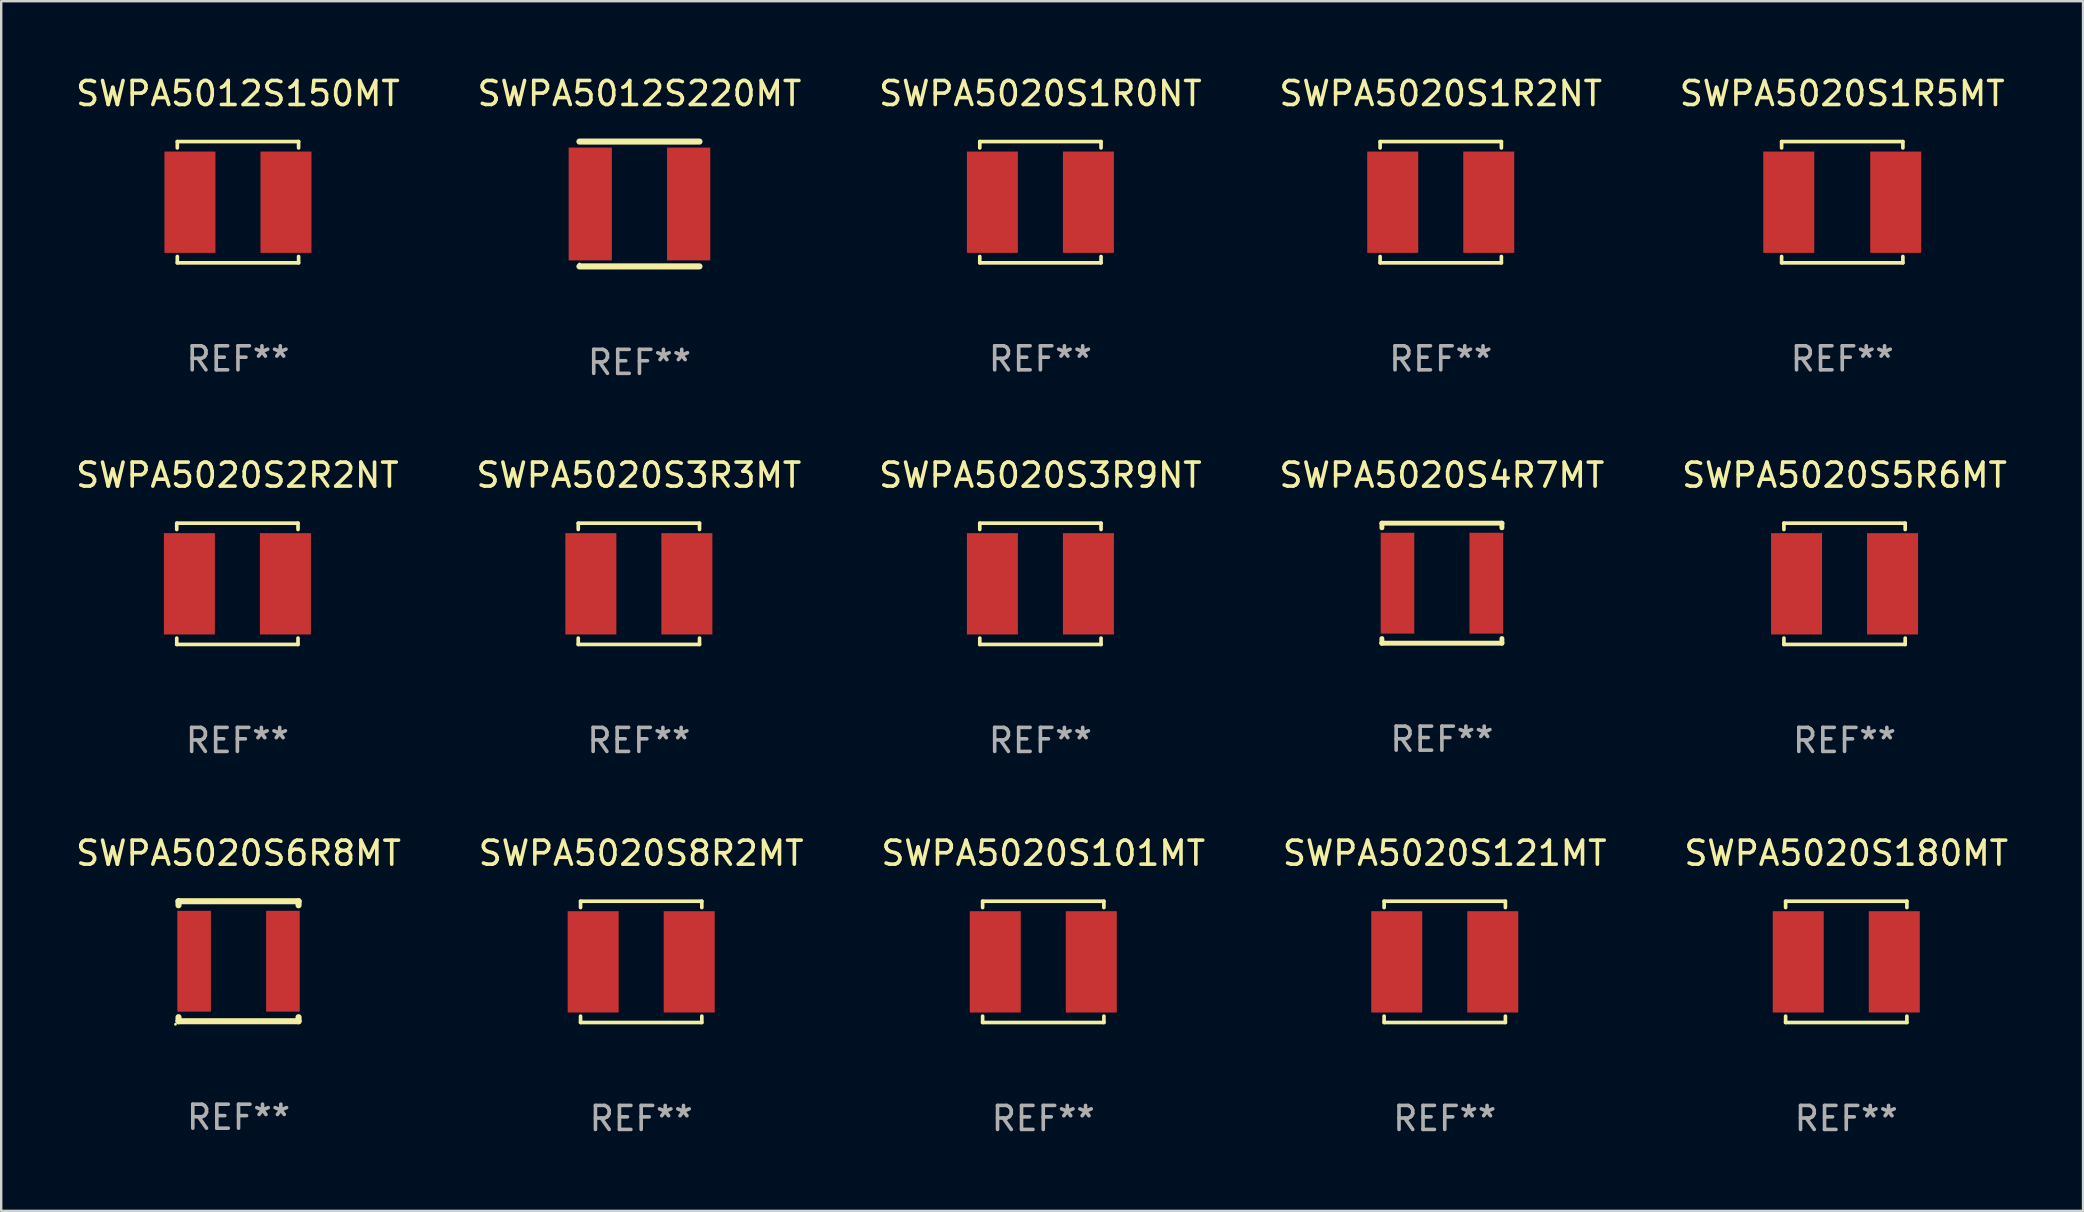
<source format=kicad_pcb>
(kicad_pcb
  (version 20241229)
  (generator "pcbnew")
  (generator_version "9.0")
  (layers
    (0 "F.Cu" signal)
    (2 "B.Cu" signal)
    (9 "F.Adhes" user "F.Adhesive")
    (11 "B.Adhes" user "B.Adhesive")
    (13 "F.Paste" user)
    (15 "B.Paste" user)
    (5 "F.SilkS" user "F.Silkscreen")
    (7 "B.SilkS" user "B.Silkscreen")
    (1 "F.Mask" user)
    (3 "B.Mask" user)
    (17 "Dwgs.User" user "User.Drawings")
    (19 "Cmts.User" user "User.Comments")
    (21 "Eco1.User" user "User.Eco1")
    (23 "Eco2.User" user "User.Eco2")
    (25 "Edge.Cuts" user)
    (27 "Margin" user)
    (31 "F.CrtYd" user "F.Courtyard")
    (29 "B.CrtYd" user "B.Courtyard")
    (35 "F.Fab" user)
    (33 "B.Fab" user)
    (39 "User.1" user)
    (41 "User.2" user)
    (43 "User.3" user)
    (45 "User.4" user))
  (footprint "SWPA5020S8R2MT"
    (layer "F.Cu")
    (at 23.661 37.02)
    (property "Reference" "SWPA5020S8R2MT" (at 0 -4.526 0) (layer "F.SilkS") (effects (font (size 1 1) (thickness 0.15))))
    (attr through_hole)
    (fp_line (start -2.526 -2.526) (end 2.526 -2.526) (stroke (width 0.152) (type solid)) (layer "F.SilkS"))
    (fp_line (start -2.526 -2.262) (end -2.526 -2.526) (stroke (width 0.152) (type solid)) (layer "F.SilkS"))
    (fp_line (start -2.526 2.262) (end -2.526 2.526) (stroke (width 0.152) (type solid)) (layer "F.SilkS"))
    (fp_line (start -2.526 2.526) (end 2.526 2.526) (stroke (width 0.152) (type solid)) (layer "F.SilkS"))
    (fp_line (start 2.526 -2.526) (end 2.526 -2.262) (stroke (width 0.152) (type solid)) (layer "F.SilkS"))
    (fp_line (start 2.526 2.526) (end 2.526 2.262) (stroke (width 0.152) (type solid)) (layer "F.SilkS"))
    (fp_circle (center 2.5 -2.5) (end 2.53 -2.5) (stroke (width 0.06) (type solid)) (fill no) (layer "F.SilkS"))
    (fp_text user "REF**" (at 0 6.526 0) (layer "F.Fab") (effects (font (size 1 1) (thickness 0.15))))
    (pad "1" smd rect (at 2 0) (size 2.124 4.22) (layers "F.Cu" "F.Mask" "F.Paste"))
    (pad "2" smd rect (at -2 0) (size 2.124 4.22) (layers "F.Cu" "F.Mask" "F.Paste")))
  (footprint "SWPA5020S101MT"
    (layer "F.Cu")
    (at 40.411 37.02)
    (property "Reference" "SWPA5020S101MT" (at 0 -4.526 0) (layer "F.SilkS") (effects (font (size 1 1) (thickness 0.15))))
    (attr through_hole)
    (fp_line (start -2.526 -2.526) (end 2.526 -2.526) (stroke (width 0.152) (type solid)) (layer "F.SilkS"))
    (fp_line (start -2.526 -2.262) (end -2.526 -2.526) (stroke (width 0.152) (type solid)) (layer "F.SilkS"))
    (fp_line (start -2.526 2.262) (end -2.526 2.526) (stroke (width 0.152) (type solid)) (layer "F.SilkS"))
    (fp_line (start -2.526 2.526) (end 2.526 2.526) (stroke (width 0.152) (type solid)) (layer "F.SilkS"))
    (fp_line (start 2.526 -2.526) (end 2.526 -2.262) (stroke (width 0.152) (type solid)) (layer "F.SilkS"))
    (fp_line (start 2.526 2.526) (end 2.526 2.262) (stroke (width 0.152) (type solid)) (layer "F.SilkS"))
    (fp_circle (center 2.5 -2.5) (end 2.53 -2.5) (stroke (width 0.06) (type solid)) (fill no) (layer "F.SilkS"))
    (fp_text user "REF**" (at 0 6.526 0) (layer "F.Fab") (effects (font (size 1 1) (thickness 0.15))))
    (pad "1" smd rect (at 2 0) (size 2.124 4.22) (layers "F.Cu" "F.Mask" "F.Paste"))
    (pad "2" smd rect (at -2 0) (size 2.124 4.22) (layers "F.Cu" "F.Mask" "F.Paste")))
  (footprint "SWPA5020S180MT"
    (layer "F.Cu")
    (at 73.863 37.02)
    (property "Reference" "SWPA5020S180MT" (at 0 -4.526 0) (layer "F.SilkS") (effects (font (size 1 1) (thickness 0.15))))
    (attr through_hole)
    (fp_line (start -2.526 -2.526) (end 2.526 -2.526) (stroke (width 0.152) (type solid)) (layer "F.SilkS"))
    (fp_line (start -2.526 -2.262) (end -2.526 -2.526) (stroke (width 0.152) (type solid)) (layer "F.SilkS"))
    (fp_line (start -2.526 2.262) (end -2.526 2.526) (stroke (width 0.152) (type solid)) (layer "F.SilkS"))
    (fp_line (start -2.526 2.526) (end 2.526 2.526) (stroke (width 0.152) (type solid)) (layer "F.SilkS"))
    (fp_line (start 2.526 -2.526) (end 2.526 -2.262) (stroke (width 0.152) (type solid)) (layer "F.SilkS"))
    (fp_line (start 2.526 2.526) (end 2.526 2.262) (stroke (width 0.152) (type solid)) (layer "F.SilkS"))
    (fp_circle (center 2.5 -2.5) (end 2.53 -2.5) (stroke (width 0.06) (type solid)) (fill no) (layer "F.SilkS"))
    (fp_text user "REF**" (at 0 6.526 0) (layer "F.Fab") (effects (font (size 1 1) (thickness 0.15))))
    (pad "1" smd rect (at 2 0) (size 2.124 4.22) (layers "F.Cu" "F.Mask" "F.Paste"))
    (pad "2" smd rect (at -2 0) (size 2.124 4.22) (layers "F.Cu" "F.Mask" "F.Paste")))
  (footprint "SWPA5020S3R3MT"
    (layer "F.Cu")
    (at 23.565 21.271)
    (property "Reference" "SWPA5020S3R3MT" (at 0 -4.526 0) (layer "F.SilkS") (effects (font (size 1 1) (thickness 0.15))))
    (attr through_hole)
    (fp_line (start -2.526 -2.526) (end 2.526 -2.526) (stroke (width 0.152) (type solid)) (layer "F.SilkS"))
    (fp_line (start -2.526 -2.262) (end -2.526 -2.526) (stroke (width 0.152) (type solid)) (layer "F.SilkS"))
    (fp_line (start -2.526 2.262) (end -2.526 2.526) (stroke (width 0.152) (type solid)) (layer "F.SilkS"))
    (fp_line (start -2.526 2.526) (end 2.526 2.526) (stroke (width 0.152) (type solid)) (layer "F.SilkS"))
    (fp_line (start 2.526 -2.526) (end 2.526 -2.262) (stroke (width 0.152) (type solid)) (layer "F.SilkS"))
    (fp_line (start 2.526 2.526) (end 2.526 2.262) (stroke (width 0.152) (type solid)) (layer "F.SilkS"))
    (fp_circle (center 2.5 -2.5) (end 2.53 -2.5) (stroke (width 0.06) (type solid)) (fill no) (layer "F.SilkS"))
    (fp_text user "REF**" (at 0 6.526 0) (layer "F.Fab") (effects (font (size 1 1) (thickness 0.15))))
    (pad "1" smd rect (at 2 0) (size 2.124 4.22) (layers "F.Cu" "F.Mask" "F.Paste"))
    (pad "2" smd rect (at -2 0) (size 2.124 4.22) (layers "F.Cu" "F.Mask" "F.Paste")))
  (footprint "SWPA5020S121MT"
    (layer "F.Cu")
    (at 57.137 37.02)
    (property "Reference" "SWPA5020S121MT" (at 0 -4.526 0) (layer "F.SilkS") (effects (font (size 1 1) (thickness 0.15))))
    (attr through_hole)
    (fp_line (start -2.526 -2.526) (end 2.526 -2.526) (stroke (width 0.152) (type solid)) (layer "F.SilkS"))
    (fp_line (start -2.526 -2.262) (end -2.526 -2.526) (stroke (width 0.152) (type solid)) (layer "F.SilkS"))
    (fp_line (start -2.526 2.262) (end -2.526 2.526) (stroke (width 0.152) (type solid)) (layer "F.SilkS"))
    (fp_line (start -2.526 2.526) (end 2.526 2.526) (stroke (width 0.152) (type solid)) (layer "F.SilkS"))
    (fp_line (start 2.526 -2.526) (end 2.526 -2.262) (stroke (width 0.152) (type solid)) (layer "F.SilkS"))
    (fp_line (start 2.526 2.526) (end 2.526 2.262) (stroke (width 0.152) (type solid)) (layer "F.SilkS"))
    (fp_circle (center 2.5 -2.5) (end 2.53 -2.5) (stroke (width 0.06) (type solid)) (fill no) (layer "F.SilkS"))
    (fp_text user "REF**" (at 0 6.526 0) (layer "F.Fab") (effects (font (size 1 1) (thickness 0.15))))
    (pad "1" smd rect (at 2 0) (size 2.124 4.22) (layers "F.Cu" "F.Mask" "F.Paste"))
    (pad "2" smd rect (at -2 0) (size 2.124 4.22) (layers "F.Cu" "F.Mask" "F.Paste")))
  (footprint "SWPA5020S4R7MT"
    (layer "F.Cu")
    (at 57.018 21.245)
    (property "Reference" "SWPA5020S4R7MT" (at 0 -4.5 0) (layer "F.SilkS") (effects (font (size 1 1) (thickness 0.15))))
    (attr through_hole)
    (fp_line (start -2.5 -2.5) (end -2.5 -2.306) (stroke (width 0.203) (type solid)) (layer "F.SilkS"))
    (fp_line (start -2.5 -2.5) (end 2.5 -2.5) (stroke (width 0.203) (type solid)) (layer "F.SilkS"))
    (fp_line (start -2.5 2.306) (end -2.5 2.5) (stroke (width 0.203) (type solid)) (layer "F.SilkS"))
    (fp_line (start -2.5 2.5) (end 2.5 2.5) (stroke (width 0.203) (type solid)) (layer "F.SilkS"))
    (fp_line (start 2.5 -2.306) (end 2.5 -2.5) (stroke (width 0.203) (type solid)) (layer "F.SilkS"))
    (fp_line (start 2.5 2.5) (end 2.5 2.306) (stroke (width 0.203) (type solid)) (layer "F.SilkS"))
    (fp_circle (center -2.5 2.5) (end -2.45 2.5) (stroke (width 0.1) (type solid)) (fill no) (layer "F.SilkS"))
    (fp_text user "REF**" (at 0 6.5 0) (layer "F.Fab") (effects (font (size 1 1) (thickness 0.15))))
    (pad "1" smd rect (at -1.85 0) (size 1.4 4.2) (layers "F.Cu" "F.Mask" "F.Paste"))
    (pad "2" smd rect (at 1.85 0) (size 1.4 4.2) (layers "F.Cu" "F.Mask" "F.Paste")))
  (footprint "SWPA5012S150MT"
    (layer "F.Cu")
    (at 6.863 5.374)
    (property "Reference" "SWPA5012S150MT" (at 0 -4.526 0) (layer "F.SilkS") (effects (font (size 1 1) (thickness 0.15))))
    (attr through_hole)
    (fp_line (start -2.526 -2.526) (end 2.526 -2.526) (stroke (width 0.152) (type solid)) (layer "F.SilkS"))
    (fp_line (start -2.526 -2.262) (end -2.526 -2.526) (stroke (width 0.152) (type solid)) (layer "F.SilkS"))
    (fp_line (start -2.526 2.262) (end -2.526 2.526) (stroke (width 0.152) (type solid)) (layer "F.SilkS"))
    (fp_line (start -2.526 2.526) (end 2.526 2.526) (stroke (width 0.152) (type solid)) (layer "F.SilkS"))
    (fp_line (start 2.526 -2.526) (end 2.526 -2.262) (stroke (width 0.152) (type solid)) (layer "F.SilkS"))
    (fp_line (start 2.526 2.526) (end 2.526 2.262) (stroke (width 0.152) (type solid)) (layer "F.SilkS"))
    (fp_circle (center 2.5 -2.5) (end 2.53 -2.5) (stroke (width 0.06) (type solid)) (fill no) (layer "F.SilkS"))
    (fp_text user "REF**" (at 0 6.526 0) (layer "F.Fab") (effects (font (size 1 1) (thickness 0.15))))
    (pad "1" smd rect (at 2 0) (size 2.124 4.22) (layers "F.Cu" "F.Mask" "F.Paste"))
    (pad "2" smd rect (at -2 0) (size 2.124 4.22) (layers "F.Cu" "F.Mask" "F.Paste")))
  (footprint "SWPA5020S5R6MT"
    (layer "F.Cu")
    (at 73.792 21.271)
    (property "Reference" "SWPA5020S5R6MT" (at 0 -4.526 0) (layer "F.SilkS") (effects (font (size 1 1) (thickness 0.15))))
    (attr through_hole)
    (fp_line (start -2.526 -2.526) (end 2.526 -2.526) (stroke (width 0.152) (type solid)) (layer "F.SilkS"))
    (fp_line (start -2.526 -2.262) (end -2.526 -2.526) (stroke (width 0.152) (type solid)) (layer "F.SilkS"))
    (fp_line (start -2.526 2.262) (end -2.526 2.526) (stroke (width 0.152) (type solid)) (layer "F.SilkS"))
    (fp_line (start -2.526 2.526) (end 2.526 2.526) (stroke (width 0.152) (type solid)) (layer "F.SilkS"))
    (fp_line (start 2.526 -2.526) (end 2.526 -2.262) (stroke (width 0.152) (type solid)) (layer "F.SilkS"))
    (fp_line (start 2.526 2.526) (end 2.526 2.262) (stroke (width 0.152) (type solid)) (layer "F.SilkS"))
    (fp_circle (center 2.5 -2.5) (end 2.53 -2.5) (stroke (width 0.06) (type solid)) (fill no) (layer "F.SilkS"))
    (fp_text user "REF**" (at 0 6.526 0) (layer "F.Fab") (effects (font (size 1 1) (thickness 0.15))))
    (pad "1" smd rect (at 2 0) (size 2.124 4.22) (layers "F.Cu" "F.Mask" "F.Paste"))
    (pad "2" smd rect (at -2 0) (size 2.124 4.22) (layers "F.Cu" "F.Mask" "F.Paste")))
  (footprint "SWPA5020S1R5MT"
    (layer "F.Cu")
    (at 73.696 5.374)
    (property "Reference" "SWPA5020S1R5MT" (at 0 -4.526 0) (layer "F.SilkS") (effects (font (size 1 1) (thickness 0.15))))
    (attr through_hole)
    (fp_line (start -2.526 -2.526) (end 2.526 -2.526) (stroke (width 0.152) (type solid)) (layer "F.SilkS"))
    (fp_line (start -2.526 -2.262) (end -2.526 -2.526) (stroke (width 0.152) (type solid)) (layer "F.SilkS"))
    (fp_line (start -2.526 2.262) (end -2.526 2.526) (stroke (width 0.152) (type solid)) (layer "F.SilkS"))
    (fp_line (start -2.526 2.526) (end 2.526 2.526) (stroke (width 0.152) (type solid)) (layer "F.SilkS"))
    (fp_line (start 2.526 -2.526) (end 2.526 -2.262) (stroke (width 0.152) (type solid)) (layer "F.SilkS"))
    (fp_line (start 2.526 2.526) (end 2.526 2.262) (stroke (width 0.152) (type solid)) (layer "F.SilkS"))
    (fp_circle (center 2.5 -2.5) (end 2.53 -2.5) (stroke (width 0.06) (type solid)) (fill no) (layer "F.SilkS"))
    (fp_text user "REF**" (at 0 6.526 0) (layer "F.Fab") (effects (font (size 1 1) (thickness 0.15))))
    (pad "1" smd rect (at 2.228 0) (size 2.124 4.22) (layers "F.Cu" "F.Mask" "F.Paste"))
    (pad "2" smd rect (at -2.228 0) (size 2.124 4.22) (layers "F.Cu" "F.Mask" "F.Paste")))
  (footprint "SWPA5020S1R0NT"
    (layer "F.Cu")
    (at 40.292 5.374)
    (property "Reference" "SWPA5020S1R0NT" (at 0 -4.526 0) (layer "F.SilkS") (effects (font (size 1 1) (thickness 0.15))))
    (attr through_hole)
    (fp_line (start -2.526 -2.526) (end 2.526 -2.526) (stroke (width 0.152) (type solid)) (layer "F.SilkS"))
    (fp_line (start -2.526 -2.262) (end -2.526 -2.526) (stroke (width 0.152) (type solid)) (layer "F.SilkS"))
    (fp_line (start -2.526 2.262) (end -2.526 2.526) (stroke (width 0.152) (type solid)) (layer "F.SilkS"))
    (fp_line (start -2.526 2.526) (end 2.526 2.526) (stroke (width 0.152) (type solid)) (layer "F.SilkS"))
    (fp_line (start 2.526 -2.526) (end 2.526 -2.262) (stroke (width 0.152) (type solid)) (layer "F.SilkS"))
    (fp_line (start 2.526 2.526) (end 2.526 2.262) (stroke (width 0.152) (type solid)) (layer "F.SilkS"))
    (fp_circle (center 2.5 -2.5) (end 2.53 -2.5) (stroke (width 0.06) (type solid)) (fill no) (layer "F.SilkS"))
    (fp_text user "REF**" (at 0 6.526 0) (layer "F.Fab") (effects (font (size 1 1) (thickness 0.15))))
    (pad "1" smd rect (at 2 0) (size 2.124 4.22) (layers "F.Cu" "F.Mask" "F.Paste"))
    (pad "2" smd rect (at -2 0) (size 2.124 4.22) (layers "F.Cu" "F.Mask" "F.Paste")))
  (footprint "SWPA5020S3R9NT"
    (layer "F.Cu")
    (at 40.292 21.271)
    (property "Reference" "SWPA5020S3R9NT" (at 0 -4.526 0) (layer "F.SilkS") (effects (font (size 1 1) (thickness 0.15))))
    (attr through_hole)
    (fp_line (start -2.526 -2.526) (end 2.526 -2.526) (stroke (width 0.152) (type solid)) (layer "F.SilkS"))
    (fp_line (start -2.526 -2.262) (end -2.526 -2.526) (stroke (width 0.152) (type solid)) (layer "F.SilkS"))
    (fp_line (start -2.526 2.262) (end -2.526 2.526) (stroke (width 0.152) (type solid)) (layer "F.SilkS"))
    (fp_line (start -2.526 2.526) (end 2.526 2.526) (stroke (width 0.152) (type solid)) (layer "F.SilkS"))
    (fp_line (start 2.526 -2.526) (end 2.526 -2.262) (stroke (width 0.152) (type solid)) (layer "F.SilkS"))
    (fp_line (start 2.526 2.526) (end 2.526 2.262) (stroke (width 0.152) (type solid)) (layer "F.SilkS"))
    (fp_circle (center 2.5 -2.5) (end 2.53 -2.5) (stroke (width 0.06) (type solid)) (fill no) (layer "F.SilkS"))
    (fp_text user "REF**" (at 0 6.526 0) (layer "F.Fab") (effects (font (size 1 1) (thickness 0.15))))
    (pad "1" smd rect (at 2 0) (size 2.124 4.22) (layers "F.Cu" "F.Mask" "F.Paste"))
    (pad "2" smd rect (at -2 0) (size 2.124 4.22) (layers "F.Cu" "F.Mask" "F.Paste")))
  (footprint "SWPA5020S2R2NT"
    (layer "F.Cu")
    (at 6.839 21.271)
    (property "Reference" "SWPA5020S2R2NT" (at 0 -4.526 0) (layer "F.SilkS") (effects (font (size 1 1) (thickness 0.15))))
    (attr through_hole)
    (fp_line (start -2.526 -2.526) (end 2.526 -2.526) (stroke (width 0.152) (type solid)) (layer "F.SilkS"))
    (fp_line (start -2.526 -2.262) (end -2.526 -2.526) (stroke (width 0.152) (type solid)) (layer "F.SilkS"))
    (fp_line (start -2.526 2.262) (end -2.526 2.526) (stroke (width 0.152) (type solid)) (layer "F.SilkS"))
    (fp_line (start -2.526 2.526) (end 2.526 2.526) (stroke (width 0.152) (type solid)) (layer "F.SilkS"))
    (fp_line (start 2.526 -2.526) (end 2.526 -2.262) (stroke (width 0.152) (type solid)) (layer "F.SilkS"))
    (fp_line (start 2.526 2.526) (end 2.526 2.262) (stroke (width 0.152) (type solid)) (layer "F.SilkS"))
    (fp_circle (center 2.5 -2.5) (end 2.53 -2.5) (stroke (width 0.06) (type solid)) (fill no) (layer "F.SilkS"))
    (fp_text user "REF**" (at 0 6.526 0) (layer "F.Fab") (effects (font (size 1 1) (thickness 0.15))))
    (pad "1" smd rect (at 2 0) (size 2.124 4.22) (layers "F.Cu" "F.Mask" "F.Paste"))
    (pad "2" smd rect (at -2 0) (size 2.124 4.22) (layers "F.Cu" "F.Mask" "F.Paste")))
  (footprint "SWPA5012S220MT"
    (layer "F.Cu")
    (at 23.589 5.448)
    (property "Reference" "SWPA5012S220MT" (at 0 -4.6 0) (layer "F.SilkS") (effects (font (size 1 1) (thickness 0.15))))
    (attr through_hole)
    (fp_line (start -2.5 -2.6) (end 2.5 -2.6) (stroke (width 0.254) (type solid)) (layer "F.SilkS"))
    (fp_line (start -2.5 2.6) (end 2.5 2.6) (stroke (width 0.254) (type solid)) (layer "F.SilkS"))
    (fp_circle (center -2.5 2.5) (end -2.47 2.5) (stroke (width 0.06) (type solid)) (fill no) (layer "F.SilkS"))
    (fp_text user "REF**" (at 0 6.6 0) (layer "F.Fab") (effects (font (size 1 1) (thickness 0.15))))
    (pad "1" smd rect (at -2.05 0) (size 1.8 4.7) (layers "F.Cu" "F.Mask" "F.Paste"))
    (pad "2" smd rect (at 2.05 0) (size 1.8 4.7) (layers "F.Cu" "F.Mask" "F.Paste")))
  (footprint "SWPA5020S1R2NT"
    (layer "F.Cu")
    (at 56.97 5.374)
    (property "Reference" "SWPA5020S1R2NT" (at 0 -4.526 0) (layer "F.SilkS") (effects (font (size 1 1) (thickness 0.15))))
    (attr through_hole)
    (fp_line (start -2.526 -2.526) (end 2.526 -2.526) (stroke (width 0.152) (type solid)) (layer "F.SilkS"))
    (fp_line (start -2.526 -2.262) (end -2.526 -2.526) (stroke (width 0.152) (type solid)) (layer "F.SilkS"))
    (fp_line (start -2.526 2.262) (end -2.526 2.526) (stroke (width 0.152) (type solid)) (layer "F.SilkS"))
    (fp_line (start -2.526 2.526) (end 2.526 2.526) (stroke (width 0.152) (type solid)) (layer "F.SilkS"))
    (fp_line (start 2.526 -2.526) (end 2.526 -2.262) (stroke (width 0.152) (type solid)) (layer "F.SilkS"))
    (fp_line (start 2.526 2.526) (end 2.526 2.262) (stroke (width 0.152) (type solid)) (layer "F.SilkS"))
    (fp_circle (center 2.5 -2.5) (end 2.53 -2.5) (stroke (width 0.06) (type solid)) (fill no) (layer "F.SilkS"))
    (fp_text user "REF**" (at 0 6.526 0) (layer "F.Fab") (effects (font (size 1 1) (thickness 0.15))))
    (pad "1" smd rect (at 2 0) (size 2.124 4.22) (layers "F.Cu" "F.Mask" "F.Paste"))
    (pad "2" smd rect (at -2 0) (size 2.124 4.22) (layers "F.Cu" "F.Mask" "F.Paste")))
  (footprint "SWPA5020S6R8MT"
    (layer "F.Cu")
    (at 6.887 36.994)
    (property "Reference" "SWPA5020S6R8MT" (at 0 -4.5 0) (layer "F.SilkS") (effects (font (size 1 1) (thickness 0.15))))
    (attr through_hole)
    (fp_line (start -2.5 -2.5) (end 2.5 -2.5) (stroke (width 0.254) (type solid)) (layer "F.SilkS"))
    (fp_line (start -2.5 -2.331) (end -2.5 -2.5) (stroke (width 0.254) (type solid)) (layer "F.SilkS"))
    (fp_line (start -2.5 2.5) (end -2.5 2.331) (stroke (width 0.254) (type solid)) (layer "F.SilkS"))
    (fp_line (start -2.5 2.5) (end 2.5 2.5) (stroke (width 0.254) (type solid)) (layer "F.SilkS"))
    (fp_line (start 2.5 -2.331) (end 2.5 -2.5) (stroke (width 0.254) (type solid)) (layer "F.SilkS"))
    (fp_line (start 2.5 2.5) (end 2.5 2.331) (stroke (width 0.254) (type solid)) (layer "F.SilkS"))
    (fp_circle (center -2.627 2.627) (end -2.597 2.627) (stroke (width 0.06) (type solid)) (fill no) (layer "F.SilkS"))
    (fp_text user "REF**" (at 0 6.5 0) (layer "F.Fab") (effects (font (size 1 1) (thickness 0.15))))
    (pad "1" smd rect (at -1.85 0) (size 1.4 4.2) (layers "F.Cu" "F.Mask" "F.Paste"))
    (pad "2" smd rect (at 1.85 0) (size 1.4 4.2) (layers "F.Cu" "F.Mask" "F.Paste")))
  (gr_rect
    (start -3 -3)
    (end 83.726 47.394)
    (stroke (width 0.1) (type default))
    (fill no)
    (layer "Edge.Cuts")))
</source>
